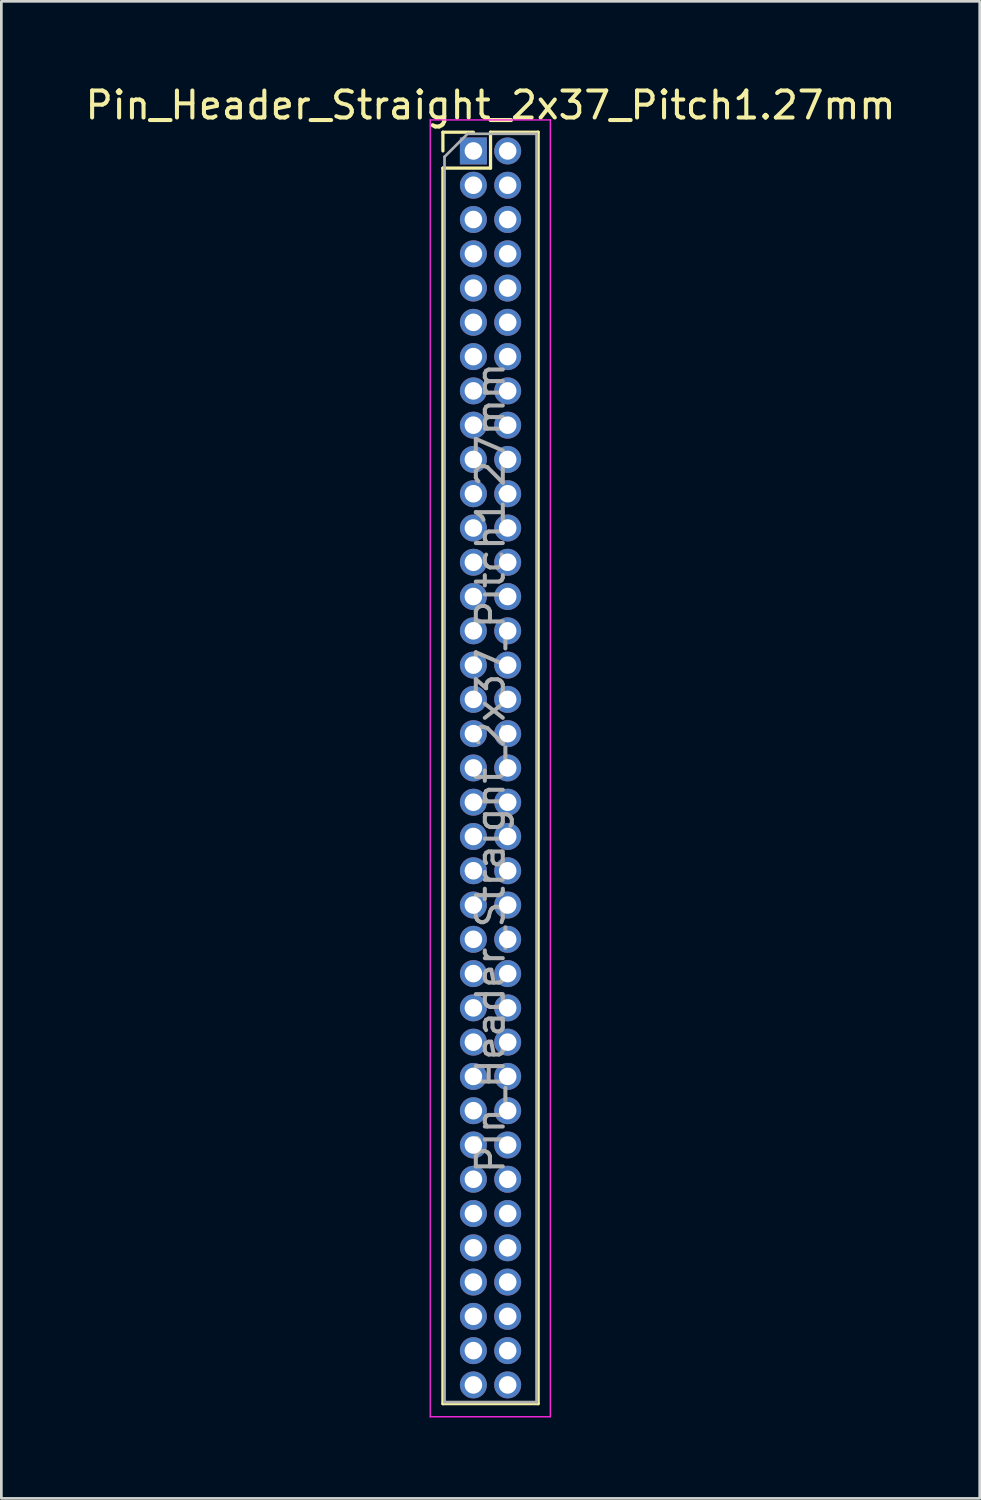
<source format=kicad_pcb>
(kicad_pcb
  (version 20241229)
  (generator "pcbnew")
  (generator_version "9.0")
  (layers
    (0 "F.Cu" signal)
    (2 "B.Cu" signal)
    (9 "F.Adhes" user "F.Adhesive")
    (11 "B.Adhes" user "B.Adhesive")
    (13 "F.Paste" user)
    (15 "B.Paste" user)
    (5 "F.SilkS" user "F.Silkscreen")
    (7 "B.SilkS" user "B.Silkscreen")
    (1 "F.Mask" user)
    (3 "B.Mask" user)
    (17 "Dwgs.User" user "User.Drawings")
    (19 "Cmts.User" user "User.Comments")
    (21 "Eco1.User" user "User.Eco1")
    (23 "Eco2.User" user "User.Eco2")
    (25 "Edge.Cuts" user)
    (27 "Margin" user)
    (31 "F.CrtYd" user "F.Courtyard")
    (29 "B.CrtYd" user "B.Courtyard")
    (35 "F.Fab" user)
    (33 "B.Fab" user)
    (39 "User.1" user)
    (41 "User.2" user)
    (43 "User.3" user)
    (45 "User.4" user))
  (footprint "Pin_Header_Straight_2x37_Pitch1.27mm"
    (layer "F.Cu")
    (at 14.49 2.543)
    (property "Reference" "Pin_Header_Straight_2x37_Pitch1.27mm" (at 0.635 -1.695 0) (layer "F.SilkS") (effects (font (size 1 1) (thickness 0.15))))
    (attr through_hole)
    (fp_line (start -1.13 -0.695) (end 0 -0.695) (stroke (width 0.12) (type solid)) (layer "F.SilkS"))
    (fp_line (start -1.13 0) (end -1.13 -0.695) (stroke (width 0.12) (type solid)) (layer "F.SilkS"))
    (fp_line (start -1.13 0.635) (end -1.13 46.415) (stroke (width 0.12) (type solid)) (layer "F.SilkS"))
    (fp_line (start -1.13 46.415) (end 2.4 46.415) (stroke (width 0.12) (type solid)) (layer "F.SilkS"))
    (fp_line (start 0.635 -0.695) (end 0.635 0.635) (stroke (width 0.12) (type solid)) (layer "F.SilkS"))
    (fp_line (start 0.635 0.635) (end -1.13 0.635) (stroke (width 0.12) (type solid)) (layer "F.SilkS"))
    (fp_line (start 2.4 -0.695) (end 0.635 -0.695) (stroke (width 0.12) (type solid)) (layer "F.SilkS"))
    (fp_line (start 2.4 46.415) (end 2.4 -0.695) (stroke (width 0.12) (type solid)) (layer "F.SilkS"))
    (fp_line (start -1.6 -1.15) (end -1.6 46.9) (stroke (width 0.05) (type solid)) (layer "F.CrtYd"))
    (fp_line (start -1.6 46.9) (end 2.85 46.9) (stroke (width 0.05) (type solid)) (layer "F.CrtYd"))
    (fp_line (start 2.85 -1.15) (end -1.6 -1.15) (stroke (width 0.05) (type solid)) (layer "F.CrtYd"))
    (fp_line (start 2.85 46.9) (end 2.85 -1.15) (stroke (width 0.05) (type solid)) (layer "F.CrtYd"))
    (fp_line (start -1.07 0.217) (end -0.217 -0.635) (stroke (width 0.1) (type solid)) (layer "F.Fab"))
    (fp_line (start -1.07 46.355) (end -1.07 0.217) (stroke (width 0.1) (type solid)) (layer "F.Fab"))
    (fp_line (start -0.217 -0.635) (end 2.34 -0.635) (stroke (width 0.1) (type solid)) (layer "F.Fab"))
    (fp_line (start 2.34 -0.635) (end 2.34 46.355) (stroke (width 0.1) (type solid)) (layer "F.Fab"))
    (fp_line (start 2.34 46.355) (end -1.07 46.355) (stroke (width 0.1) (type solid)) (layer "F.Fab"))
    (fp_text user "${REFERENCE}" (at 0.635 22.86 90) (layer "F.Fab") (effects (font (size 1 1) (thickness 0.15))))
    (pad "1" thru_hole rect (at 0 0) (size 1 1) (drill 0.65) (layers "*.Cu" "*.Mask"))
    (pad "2" thru_hole oval (at 1.27 0) (size 1 1) (drill 0.65) (layers "*.Cu" "*.Mask"))
    (pad "3" thru_hole oval (at 0 1.27) (size 1 1) (drill 0.65) (layers "*.Cu" "*.Mask"))
    (pad "4" thru_hole oval (at 1.27 1.27) (size 1 1) (drill 0.65) (layers "*.Cu" "*.Mask"))
    (pad "5" thru_hole oval (at 0 2.54) (size 1 1) (drill 0.65) (layers "*.Cu" "*.Mask"))
    (pad "6" thru_hole oval (at 1.27 2.54) (size 1 1) (drill 0.65) (layers "*.Cu" "*.Mask"))
    (pad "7" thru_hole oval (at 0 3.81) (size 1 1) (drill 0.65) (layers "*.Cu" "*.Mask"))
    (pad "8" thru_hole oval (at 1.27 3.81) (size 1 1) (drill 0.65) (layers "*.Cu" "*.Mask"))
    (pad "9" thru_hole oval (at 0 5.08) (size 1 1) (drill 0.65) (layers "*.Cu" "*.Mask"))
    (pad "10" thru_hole oval (at 1.27 5.08) (size 1 1) (drill 0.65) (layers "*.Cu" "*.Mask"))
    (pad "11" thru_hole oval (at 0 6.35) (size 1 1) (drill 0.65) (layers "*.Cu" "*.Mask"))
    (pad "12" thru_hole oval (at 1.27 6.35) (size 1 1) (drill 0.65) (layers "*.Cu" "*.Mask"))
    (pad "13" thru_hole oval (at 0 7.62) (size 1 1) (drill 0.65) (layers "*.Cu" "*.Mask"))
    (pad "14" thru_hole oval (at 1.27 7.62) (size 1 1) (drill 0.65) (layers "*.Cu" "*.Mask"))
    (pad "15" thru_hole oval (at 0 8.89) (size 1 1) (drill 0.65) (layers "*.Cu" "*.Mask"))
    (pad "16" thru_hole oval (at 1.27 8.89) (size 1 1) (drill 0.65) (layers "*.Cu" "*.Mask"))
    (pad "17" thru_hole oval (at 0 10.16) (size 1 1) (drill 0.65) (layers "*.Cu" "*.Mask"))
    (pad "18" thru_hole oval (at 1.27 10.16) (size 1 1) (drill 0.65) (layers "*.Cu" "*.Mask"))
    (pad "19" thru_hole oval (at 0 11.43) (size 1 1) (drill 0.65) (layers "*.Cu" "*.Mask"))
    (pad "20" thru_hole oval (at 1.27 11.43) (size 1 1) (drill 0.65) (layers "*.Cu" "*.Mask"))
    (pad "21" thru_hole oval (at 0 12.7) (size 1 1) (drill 0.65) (layers "*.Cu" "*.Mask"))
    (pad "22" thru_hole oval (at 1.27 12.7) (size 1 1) (drill 0.65) (layers "*.Cu" "*.Mask"))
    (pad "23" thru_hole oval (at 0 13.97) (size 1 1) (drill 0.65) (layers "*.Cu" "*.Mask"))
    (pad "24" thru_hole oval (at 1.27 13.97) (size 1 1) (drill 0.65) (layers "*.Cu" "*.Mask"))
    (pad "25" thru_hole oval (at 0 15.24) (size 1 1) (drill 0.65) (layers "*.Cu" "*.Mask"))
    (pad "26" thru_hole oval (at 1.27 15.24) (size 1 1) (drill 0.65) (layers "*.Cu" "*.Mask"))
    (pad "27" thru_hole oval (at 0 16.51) (size 1 1) (drill 0.65) (layers "*.Cu" "*.Mask"))
    (pad "28" thru_hole oval (at 1.27 16.51) (size 1 1) (drill 0.65) (layers "*.Cu" "*.Mask"))
    (pad "29" thru_hole oval (at 0 17.78) (size 1 1) (drill 0.65) (layers "*.Cu" "*.Mask"))
    (pad "30" thru_hole oval (at 1.27 17.78) (size 1 1) (drill 0.65) (layers "*.Cu" "*.Mask"))
    (pad "31" thru_hole oval (at 0 19.05) (size 1 1) (drill 0.65) (layers "*.Cu" "*.Mask"))
    (pad "32" thru_hole oval (at 1.27 19.05) (size 1 1) (drill 0.65) (layers "*.Cu" "*.Mask"))
    (pad "33" thru_hole oval (at 0 20.32) (size 1 1) (drill 0.65) (layers "*.Cu" "*.Mask"))
    (pad "34" thru_hole oval (at 1.27 20.32) (size 1 1) (drill 0.65) (layers "*.Cu" "*.Mask"))
    (pad "35" thru_hole oval (at 0 21.59) (size 1 1) (drill 0.65) (layers "*.Cu" "*.Mask"))
    (pad "36" thru_hole oval (at 1.27 21.59) (size 1 1) (drill 0.65) (layers "*.Cu" "*.Mask"))
    (pad "37" thru_hole oval (at 0 22.86) (size 1 1) (drill 0.65) (layers "*.Cu" "*.Mask"))
    (pad "38" thru_hole oval (at 1.27 22.86) (size 1 1) (drill 0.65) (layers "*.Cu" "*.Mask"))
    (pad "39" thru_hole oval (at 0 24.13) (size 1 1) (drill 0.65) (layers "*.Cu" "*.Mask"))
    (pad "40" thru_hole oval (at 1.27 24.13) (size 1 1) (drill 0.65) (layers "*.Cu" "*.Mask"))
    (pad "41" thru_hole oval (at 0 25.4) (size 1 1) (drill 0.65) (layers "*.Cu" "*.Mask"))
    (pad "42" thru_hole oval (at 1.27 25.4) (size 1 1) (drill 0.65) (layers "*.Cu" "*.Mask"))
    (pad "43" thru_hole oval (at 0 26.67) (size 1 1) (drill 0.65) (layers "*.Cu" "*.Mask"))
    (pad "44" thru_hole oval (at 1.27 26.67) (size 1 1) (drill 0.65) (layers "*.Cu" "*.Mask"))
    (pad "45" thru_hole oval (at 0 27.94) (size 1 1) (drill 0.65) (layers "*.Cu" "*.Mask"))
    (pad "46" thru_hole oval (at 1.27 27.94) (size 1 1) (drill 0.65) (layers "*.Cu" "*.Mask"))
    (pad "47" thru_hole oval (at 0 29.21) (size 1 1) (drill 0.65) (layers "*.Cu" "*.Mask"))
    (pad "48" thru_hole oval (at 1.27 29.21) (size 1 1) (drill 0.65) (layers "*.Cu" "*.Mask"))
    (pad "49" thru_hole oval (at 0 30.48) (size 1 1) (drill 0.65) (layers "*.Cu" "*.Mask"))
    (pad "50" thru_hole oval (at 1.27 30.48) (size 1 1) (drill 0.65) (layers "*.Cu" "*.Mask"))
    (pad "51" thru_hole oval (at 0 31.75) (size 1 1) (drill 0.65) (layers "*.Cu" "*.Mask"))
    (pad "52" thru_hole oval (at 1.27 31.75) (size 1 1) (drill 0.65) (layers "*.Cu" "*.Mask"))
    (pad "53" thru_hole oval (at 0 33.02) (size 1 1) (drill 0.65) (layers "*.Cu" "*.Mask"))
    (pad "54" thru_hole oval (at 1.27 33.02) (size 1 1) (drill 0.65) (layers "*.Cu" "*.Mask"))
    (pad "55" thru_hole oval (at 0 34.29) (size 1 1) (drill 0.65) (layers "*.Cu" "*.Mask"))
    (pad "56" thru_hole oval (at 1.27 34.29) (size 1 1) (drill 0.65) (layers "*.Cu" "*.Mask"))
    (pad "57" thru_hole oval (at 0 35.56) (size 1 1) (drill 0.65) (layers "*.Cu" "*.Mask"))
    (pad "58" thru_hole oval (at 1.27 35.56) (size 1 1) (drill 0.65) (layers "*.Cu" "*.Mask"))
    (pad "59" thru_hole oval (at 0 36.83) (size 1 1) (drill 0.65) (layers "*.Cu" "*.Mask"))
    (pad "60" thru_hole oval (at 1.27 36.83) (size 1 1) (drill 0.65) (layers "*.Cu" "*.Mask"))
    (pad "61" thru_hole oval (at 0 38.1) (size 1 1) (drill 0.65) (layers "*.Cu" "*.Mask"))
    (pad "62" thru_hole oval (at 1.27 38.1) (size 1 1) (drill 0.65) (layers "*.Cu" "*.Mask"))
    (pad "63" thru_hole oval (at 0 39.37) (size 1 1) (drill 0.65) (layers "*.Cu" "*.Mask"))
    (pad "64" thru_hole oval (at 1.27 39.37) (size 1 1) (drill 0.65) (layers "*.Cu" "*.Mask"))
    (pad "65" thru_hole oval (at 0 40.64) (size 1 1) (drill 0.65) (layers "*.Cu" "*.Mask"))
    (pad "66" thru_hole oval (at 1.27 40.64) (size 1 1) (drill 0.65) (layers "*.Cu" "*.Mask"))
    (pad "67" thru_hole oval (at 0 41.91) (size 1 1) (drill 0.65) (layers "*.Cu" "*.Mask"))
    (pad "68" thru_hole oval (at 1.27 41.91) (size 1 1) (drill 0.65) (layers "*.Cu" "*.Mask"))
    (pad "69" thru_hole oval (at 0 43.18) (size 1 1) (drill 0.65) (layers "*.Cu" "*.Mask"))
    (pad "70" thru_hole oval (at 1.27 43.18) (size 1 1) (drill 0.65) (layers "*.Cu" "*.Mask"))
    (pad "71" thru_hole oval (at 0 44.45) (size 1 1) (drill 0.65) (layers "*.Cu" "*.Mask"))
    (pad "72" thru_hole oval (at 1.27 44.45) (size 1 1) (drill 0.65) (layers "*.Cu" "*.Mask"))
    (pad "73" thru_hole oval (at 0 45.72) (size 1 1) (drill 0.65) (layers "*.Cu" "*.Mask"))
    (pad "74" thru_hole oval (at 1.27 45.72) (size 1 1) (drill 0.65) (layers "*.Cu" "*.Mask")))
  (gr_rect
    (start -3 -3)
    (end 33.25 52.468)
    (stroke (width 0.1) (type default))
    (fill no)
    (layer "Edge.Cuts")))
</source>
